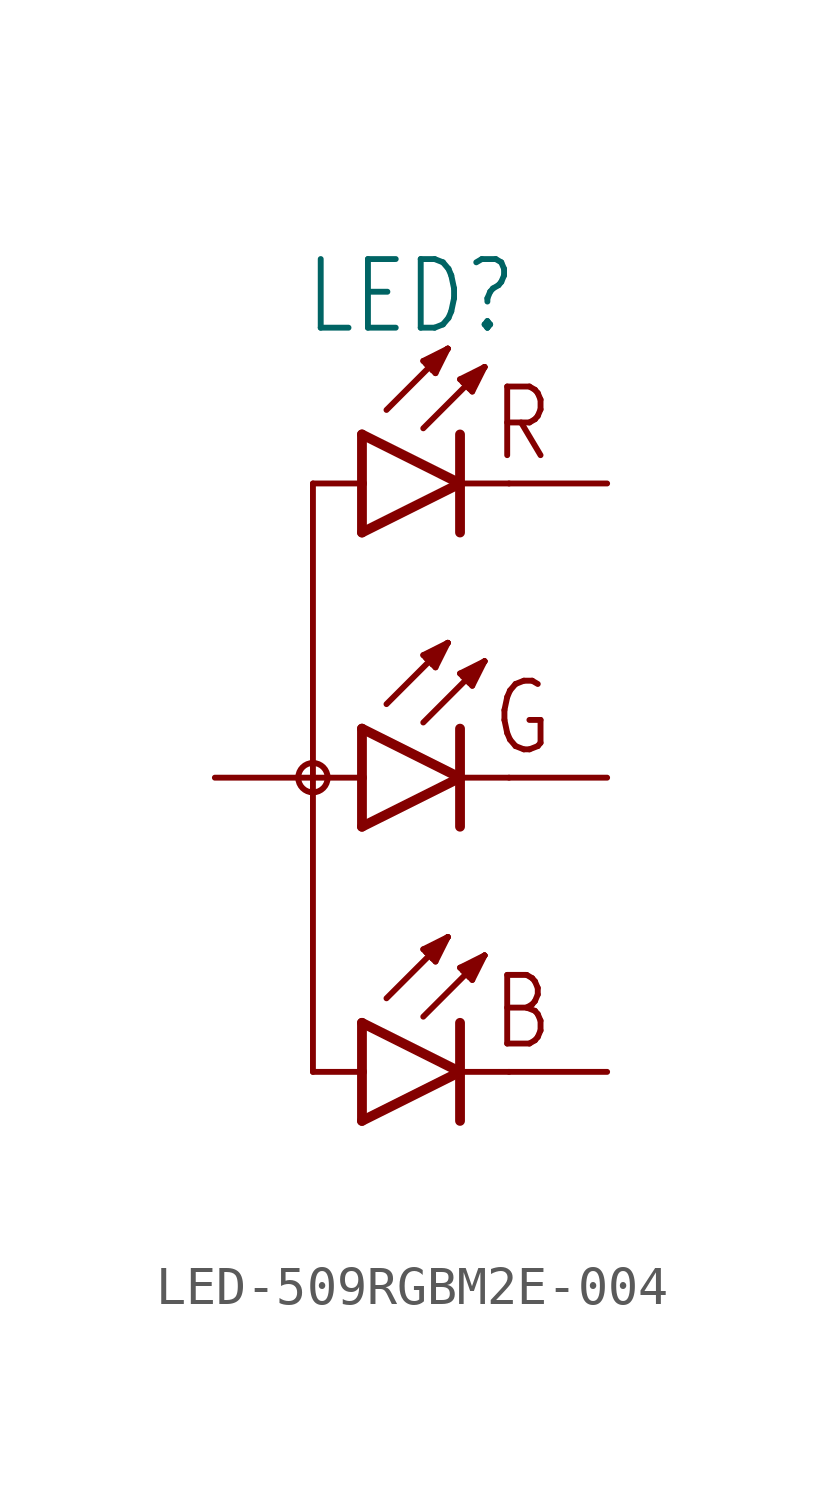
<source format=kicad_sym>
(kicad_symbol_lib
  (version 20231120)
  (generator "kicad_symbol_editor")
  (generator_version "8.0")
  (symbol "LED-509RGBM2E-004"
    (property "Reference" "LED"
      (at 0 11.43 0)
      (effects (font (size 1.778 1.511)) (justify bottom)))
    (property "Value" ""
      (at 1.016 -9.398 0)
      (effects (font (size 1.778 1.511)) (justify top)))
    (property "ki_locked" ""
      (at 0 0 0)
      (effects (font (size 1.27 1.27))))
    (symbol "LED-509RGBM2E-004_1_0"
      (circle (center -2.54 0) (radius 0.381) (stroke (width 0) (type solid)) (fill (type none)))
      (polyline (pts (xy -2.54 -7.62) (xy -2.54 0)) (stroke (width 0.152) (type solid)) (fill (type none)))
      (polyline (pts (xy -2.54 -7.62) (xy -1.27 -7.62)) (stroke (width 0.152) (type solid)) (fill (type none)))
      (polyline (pts (xy -2.54 0) (xy -2.54 7.62)) (stroke (width 0.152) (type solid)) (fill (type none)))
      (polyline (pts (xy -2.54 0) (xy -1.27 0)) (stroke (width 0.152) (type solid)) (fill (type none)))
      (polyline (pts (xy -2.54 7.62) (xy -1.27 7.62)) (stroke (width 0.152) (type solid)) (fill (type none)))
      (polyline (pts (xy -1.27 -8.89) (xy 1.27 -7.62)) (stroke (width 0.254) (type solid)) (fill (type none)))
      (polyline (pts (xy -1.27 -7.62) (xy -1.27 -8.89)) (stroke (width 0.254) (type solid)) (fill (type none)))
      (polyline (pts (xy -1.27 -6.35) (xy -1.27 -7.62)) (stroke (width 0.254) (type solid)) (fill (type none)))
      (polyline (pts (xy -1.27 -1.27) (xy 1.27 0)) (stroke (width 0.254) (type solid)) (fill (type none)))
      (polyline (pts (xy -1.27 0) (xy -1.27 -1.27)) (stroke (width 0.254) (type solid)) (fill (type none)))
      (polyline (pts (xy -1.27 1.27) (xy -1.27 0)) (stroke (width 0.254) (type solid)) (fill (type none)))
      (polyline (pts (xy -1.27 6.35) (xy 1.27 7.62)) (stroke (width 0.254) (type solid)) (fill (type none)))
      (polyline (pts (xy -1.27 7.62) (xy -1.27 6.35)) (stroke (width 0.254) (type solid)) (fill (type none)))
      (polyline (pts (xy -1.27 8.89) (xy -1.27 7.62)) (stroke (width 0.254) (type solid)) (fill (type none)))
      (polyline (pts (xy -0.635 -5.715) (xy 0.953 -4.128)) (stroke (width 0.152) (type solid)) (fill (type none)))
      (polyline (pts (xy -0.635 1.905) (xy 0.953 3.493)) (stroke (width 0.152) (type solid)) (fill (type none)))
      (polyline (pts (xy -0.635 9.525) (xy 0.953 11.113)) (stroke (width 0.152) (type solid)) (fill (type none)))
      (polyline (pts (xy 0.318 -6.191) (xy 1.905 -4.604)) (stroke (width 0.152) (type solid)) (fill (type none)))
      (polyline (pts (xy 0.318 -4.445) (xy 0.397 -4.524)) (stroke (width 0.152) (type solid)) (fill (type none)))
      (polyline (pts (xy 0.318 1.429) (xy 1.905 3.016)) (stroke (width 0.152) (type solid)) (fill (type none)))
      (polyline (pts (xy 0.318 3.175) (xy 0.397 3.096)) (stroke (width 0.152) (type solid)) (fill (type none)))
      (polyline (pts (xy 0.318 9.049) (xy 1.905 10.636)) (stroke (width 0.152) (type solid)) (fill (type none)))
      (polyline (pts (xy 0.318 10.795) (xy 0.397 10.716)) (stroke (width 0.152) (type solid)) (fill (type none)))
      (polyline (pts (xy 0.397 -4.524) (xy 0.556 -4.683)) (stroke (width 0.152) (type solid)) (fill (type none)))
      (polyline (pts (xy 0.397 3.096) (xy 0.556 2.937)) (stroke (width 0.152) (type solid)) (fill (type none)))
      (polyline (pts (xy 0.397 10.716) (xy 0.556 10.557)) (stroke (width 0.152) (type solid)) (fill (type none)))
      (polyline (pts (xy 0.556 -4.683) (xy 0.635 -4.763)) (stroke (width 0.152) (type solid)) (fill (type none)))
      (polyline (pts (xy 0.556 2.937) (xy 0.635 2.857)) (stroke (width 0.152) (type solid)) (fill (type none)))
      (polyline (pts (xy 0.556 10.557) (xy 0.635 10.477)) (stroke (width 0.152) (type solid)) (fill (type none)))
      (polyline (pts (xy 0.635 -4.763) (xy 0.953 -4.128)) (stroke (width 0.152) (type solid)) (fill (type none)))
      (polyline (pts (xy 0.635 2.857) (xy 0.953 3.493)) (stroke (width 0.152) (type solid)) (fill (type none)))
      (polyline (pts (xy 0.635 10.477) (xy 0.953 11.113)) (stroke (width 0.152) (type solid)) (fill (type none)))
      (polyline (pts (xy 0.953 -4.128) (xy 0.318 -4.445)) (stroke (width 0.152) (type solid)) (fill (type none)))
      (polyline (pts (xy 0.953 -4.128) (xy 0.397 -4.524)) (stroke (width 0.152) (type solid)) (fill (type none)))
      (polyline (pts (xy 0.953 -4.128) (xy 0.556 -4.683)) (stroke (width 0.152) (type solid)) (fill (type none)))
      (polyline (pts (xy 0.953 3.493) (xy 0.318 3.175)) (stroke (width 0.152) (type solid)) (fill (type none)))
      (polyline (pts (xy 0.953 3.493) (xy 0.397 3.096)) (stroke (width 0.152) (type solid)) (fill (type none)))
      (polyline (pts (xy 0.953 3.493) (xy 0.556 2.937)) (stroke (width 0.152) (type solid)) (fill (type none)))
      (polyline (pts (xy 0.953 11.113) (xy 0.318 10.795)) (stroke (width 0.152) (type solid)) (fill (type none)))
      (polyline (pts (xy 0.953 11.113) (xy 0.397 10.716)) (stroke (width 0.152) (type solid)) (fill (type none)))
      (polyline (pts (xy 0.953 11.113) (xy 0.556 10.557)) (stroke (width 0.152) (type solid)) (fill (type none)))
      (polyline (pts (xy 1.27 -7.62) (xy -1.27 -6.35)) (stroke (width 0.254) (type solid)) (fill (type none)))
      (polyline (pts (xy 1.27 -7.62) (xy 1.27 -8.89)) (stroke (width 0.254) (type solid)) (fill (type none)))
      (polyline (pts (xy 1.27 -6.35) (xy 1.27 -7.62)) (stroke (width 0.254) (type solid)) (fill (type none)))
      (polyline (pts (xy 1.27 -4.921) (xy 1.349 -5.001)) (stroke (width 0.152) (type solid)) (fill (type none)))
      (polyline (pts (xy 1.27 0) (xy -1.27 1.27)) (stroke (width 0.254) (type solid)) (fill (type none)))
      (polyline (pts (xy 1.27 0) (xy 1.27 -1.27)) (stroke (width 0.254) (type solid)) (fill (type none)))
      (polyline (pts (xy 1.27 1.27) (xy 1.27 0)) (stroke (width 0.254) (type solid)) (fill (type none)))
      (polyline (pts (xy 1.27 2.699) (xy 1.349 2.619)) (stroke (width 0.152) (type solid)) (fill (type none)))
      (polyline (pts (xy 1.27 7.62) (xy -1.27 8.89)) (stroke (width 0.254) (type solid)) (fill (type none)))
      (polyline (pts (xy 1.27 7.62) (xy 1.27 6.35)) (stroke (width 0.254) (type solid)) (fill (type none)))
      (polyline (pts (xy 1.27 8.89) (xy 1.27 7.62)) (stroke (width 0.254) (type solid)) (fill (type none)))
      (polyline (pts (xy 1.27 10.319) (xy 1.349 10.239)) (stroke (width 0.152) (type solid)) (fill (type none)))
      (polyline (pts (xy 1.349 -5.001) (xy 1.508 -5.159)) (stroke (width 0.152) (type solid)) (fill (type none)))
      (polyline (pts (xy 1.349 2.619) (xy 1.508 2.461)) (stroke (width 0.152) (type solid)) (fill (type none)))
      (polyline (pts (xy 1.349 10.239) (xy 1.508 10.081)) (stroke (width 0.152) (type solid)) (fill (type none)))
      (polyline (pts (xy 1.508 -5.159) (xy 1.587 -5.239)) (stroke (width 0.152) (type solid)) (fill (type none)))
      (polyline (pts (xy 1.508 2.461) (xy 1.587 2.381)) (stroke (width 0.152) (type solid)) (fill (type none)))
      (polyline (pts (xy 1.508 10.081) (xy 1.587 10.001)) (stroke (width 0.152) (type solid)) (fill (type none)))
      (polyline (pts (xy 1.587 -5.239) (xy 1.905 -4.604)) (stroke (width 0.152) (type solid)) (fill (type none)))
      (polyline (pts (xy 1.587 2.381) (xy 1.905 3.016)) (stroke (width 0.152) (type solid)) (fill (type none)))
      (polyline (pts (xy 1.587 10.001) (xy 1.905 10.636)) (stroke (width 0.152) (type solid)) (fill (type none)))
      (polyline (pts (xy 1.905 -4.604) (xy 1.27 -4.921)) (stroke (width 0.152) (type solid)) (fill (type none)))
      (polyline (pts (xy 1.905 -4.604) (xy 1.349 -5.001)) (stroke (width 0.152) (type solid)) (fill (type none)))
      (polyline (pts (xy 1.905 -4.604) (xy 1.508 -5.159)) (stroke (width 0.152) (type solid)) (fill (type none)))
      (polyline (pts (xy 1.905 3.016) (xy 1.27 2.699)) (stroke (width 0.152) (type solid)) (fill (type none)))
      (polyline (pts (xy 1.905 3.016) (xy 1.349 2.619)) (stroke (width 0.152) (type solid)) (fill (type none)))
      (polyline (pts (xy 1.905 3.016) (xy 1.508 2.461)) (stroke (width 0.152) (type solid)) (fill (type none)))
      (polyline (pts (xy 1.905 10.636) (xy 1.27 10.319)) (stroke (width 0.152) (type solid)) (fill (type none)))
      (polyline (pts (xy 1.905 10.636) (xy 1.349 10.239)) (stroke (width 0.152) (type solid)) (fill (type none)))
      (polyline (pts (xy 1.905 10.636) (xy 1.508 10.081)) (stroke (width 0.152) (type solid)) (fill (type none)))
      (polyline (pts (xy 2.54 -7.62) (xy 1.27 -7.62)) (stroke (width 0.152) (type solid)) (fill (type none)))
      (polyline (pts (xy 2.54 0) (xy 1.27 0)) (stroke (width 0.152) (type solid)) (fill (type none)))
      (polyline (pts (xy 2.54 7.62) (xy 1.27 7.62)) (stroke (width 0.152) (type solid)) (fill (type none)))
      (text "B" (at 2.032 -7.112 0) (effects (font (size 1.778 1.511)) (justify left bottom)))
      (text "G" (at 2.032 0.508 0) (effects (font (size 1.778 1.511)) (justify left bottom)))
      (text "R" (at 2.032 8.128 0) (effects (font (size 1.778 1.511)) (justify left bottom)))
      (pin passive line (at 5.08 0 180) (length 2.54) (name "C_G" (effects (font (size 0 0)))) (number "1" (effects (font (size 0 0)))))
      (pin passive line (at 5.08 -7.62 180) (length 2.54) (name "C_B" (effects (font (size 0 0)))) (number "2" (effects (font (size 0 0)))))
      (pin passive line (at -5.08 0 0) (length 2.54) (name "A" (effects (font (size 0 0)))) (number "3" (effects (font (size 0 0)))))
      (pin passive line (at 5.08 7.62 180) (length 2.54) (name "C_R" (effects (font (size 0 0)))) (number "4" (effects (font (size 0 0))))))))
</source>
